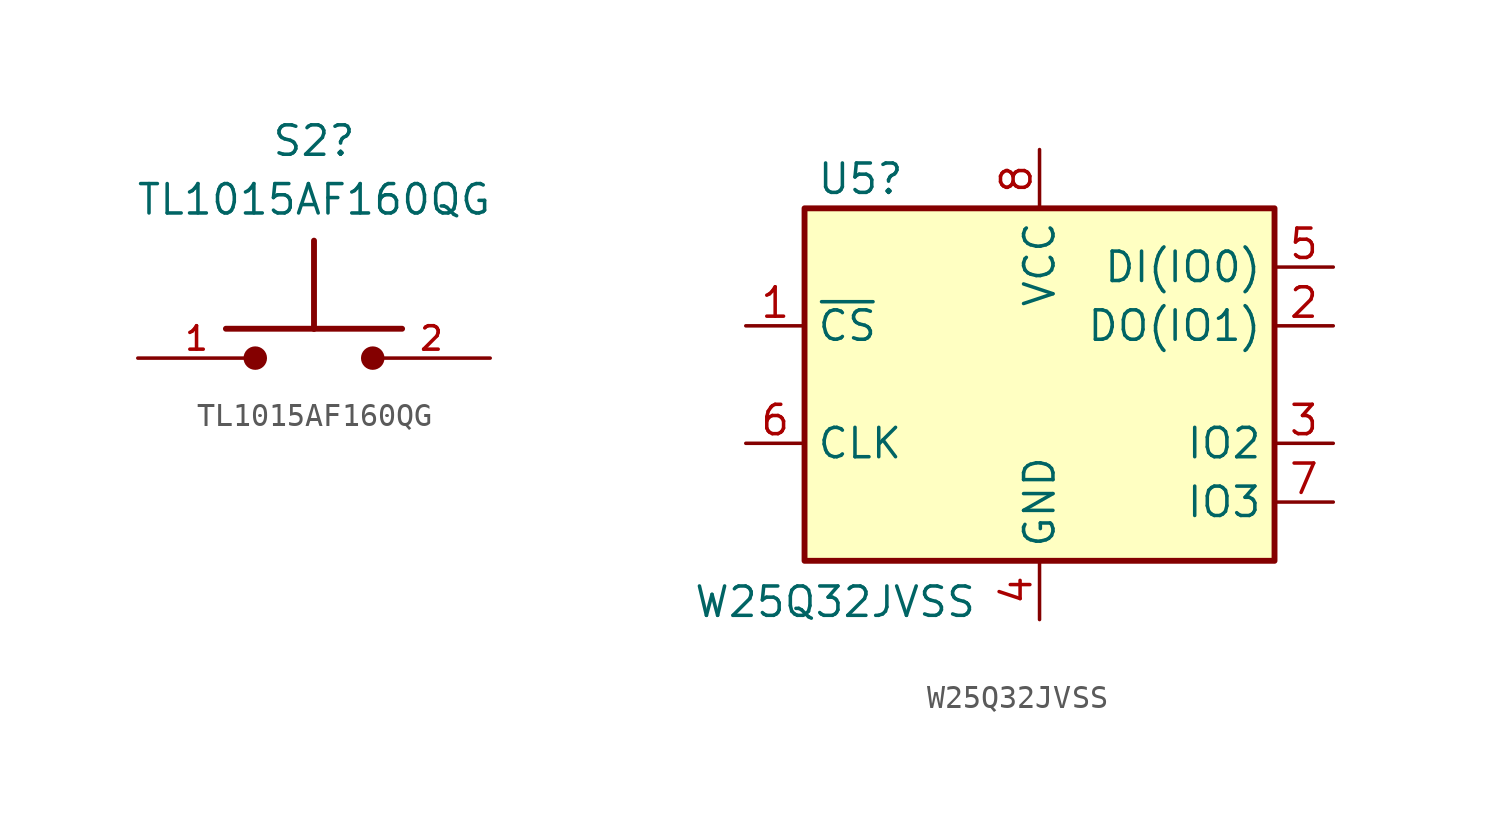
<source format=kicad_sym>
(kicad_symbol_lib
  (version 20220914)
  (generator kicad_symbol_editor)
  (symbol "TL1015AF160QG"
    (pin_names
      (offset 1.016))
    (property "Reference" "S2"
      (at 0 9.398 0)
      (effects (font (size 1.27 1.27))))
    (property "Value" "TL1015AF160QG"
      (at 0 6.858 0)
      (effects (font (size 1.27 1.27))))
    (symbol "TL1015AF160QG_0_0"
      (circle (center -2.54 0) (radius 0.254) (stroke (width 0.508) (type default)) (fill (type none)))
      (polyline (pts (xy -3.81 1.27) (xy 0 1.27)) (stroke (width 0.254) (type default)) (fill (type none)))
      (polyline (pts (xy 0 1.27) (xy 0 5.08)) (stroke (width 0.254) (type default)) (fill (type none)))
      (polyline (pts (xy 0 1.27) (xy 3.81 1.27)) (stroke (width 0.254) (type default)) (fill (type none)))
      (circle (center 2.54 0) (radius 0.254) (stroke (width 0.508) (type default)) (fill (type none)))
      (pin passive line (at -7.62 0 0) (length 5.08) (name "~" (effects (font (size 1.016 1.016)))) (number "1" (effects (font (size 1.016 1.016)))))
      (pin passive line (at 7.62 0 180) (length 5.08) (name "~" (effects (font (size 1.016 1.016)))) (number "2" (effects (font (size 1.016 1.016)))))))
  (symbol "W25Q32JVSS"
    (property "Reference" "U5"
      (at -9.652 8.89 0)
      (effects (font (size 1.27 1.27)) (justify left)))
    (property "Value" "W25Q32JVSS"
      (at -14.986 -9.398 0)
      (effects (font (size 1.27 1.27)) (justify left)))
    (symbol "W25Q32JVSS_0_1"
      (rectangle (start -10.16 7.62) (end 10.16 -7.62) (stroke (width 0.254) (type default)) (fill (type background))))
    (symbol "W25Q32JVSS_1_1"
      (pin input line (at -12.7 2.54 0) (length 2.54) (name "~{CS}" (effects (font (size 1.27 1.27)))) (number "1" (effects (font (size 1.27 1.27)))))
      (pin bidirectional line (at 12.7 2.54 180) (length 2.54) (name "DO(IO1)" (effects (font (size 1.27 1.27)))) (number "2" (effects (font (size 1.27 1.27)))))
      (pin bidirectional line (at 12.7 -2.54 180) (length 2.54) (name "IO2" (effects (font (size 1.27 1.27)))) (number "3" (effects (font (size 1.27 1.27)))))
      (pin power_in line (at 0 -10.16 90) (length 2.54) (name "GND" (effects (font (size 1.27 1.27)))) (number "4" (effects (font (size 1.27 1.27)))))
      (pin bidirectional line (at 12.7 5.08 180) (length 2.54) (name "DI(IO0)" (effects (font (size 1.27 1.27)))) (number "5" (effects (font (size 1.27 1.27)))))
      (pin input line (at -12.7 -2.54 0) (length 2.54) (name "CLK" (effects (font (size 1.27 1.27)))) (number "6" (effects (font (size 1.27 1.27)))))
      (pin bidirectional line (at 12.7 -5.08 180) (length 2.54) (name "IO3" (effects (font (size 1.27 1.27)))) (number "7" (effects (font (size 1.27 1.27)))))
      (pin power_in line (at 0 10.16 270) (length 2.54) (name "VCC" (effects (font (size 1.27 1.27)))) (number "8" (effects (font (size 1.27 1.27))))))))
</source>
